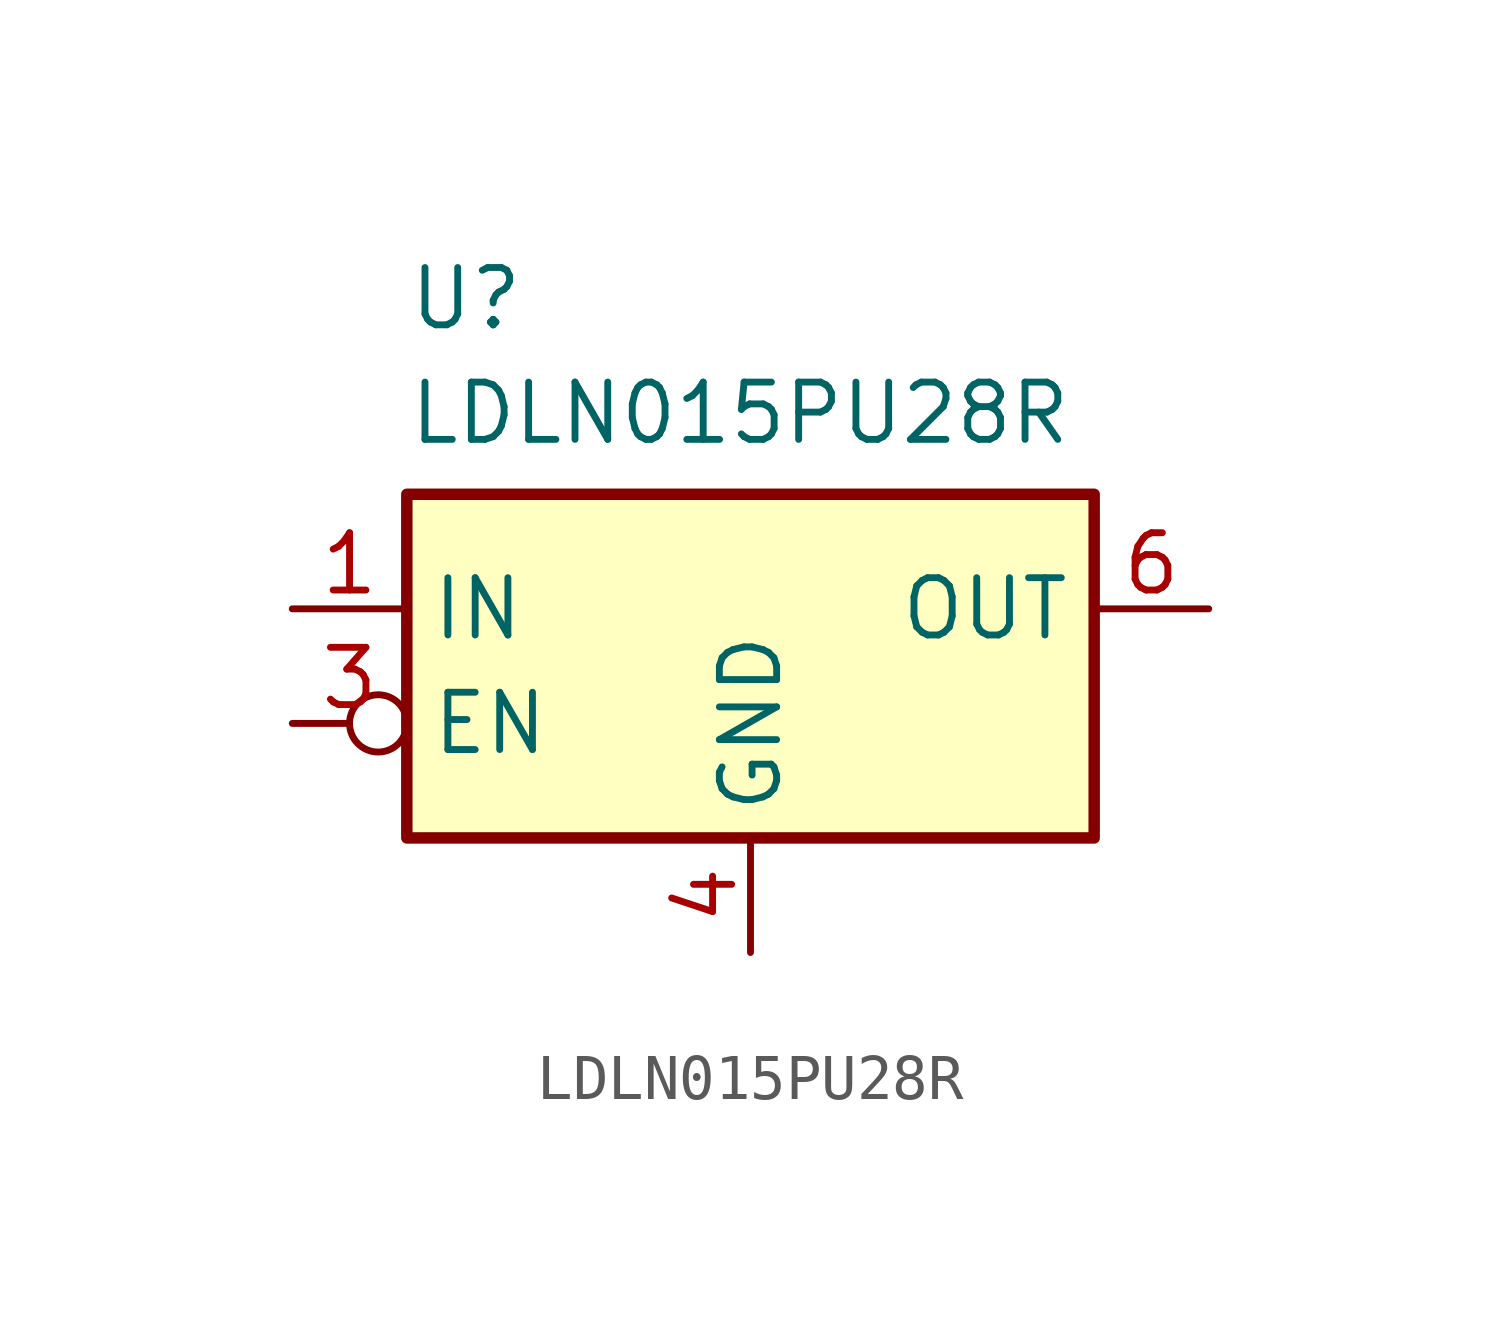
<source format=kicad_sym>
(kicad_symbol_lib
  (version 20220914)
  (generator kicad_symbol_editor)
  (symbol "LDLN015PU28R"
    (property "Reference" "U"
      (at -7.62 8.89 0)
      (effects (font (size 1.27 1.27)) (justify left top)))
    (property "Value" "LDLN015PU28R"
      (at -7.62 6.35 0)
      (effects (font (size 1.27 1.27)) (justify left top)))
    (symbol "LDLN015PU28R_0_1"
      (rectangle (start -7.62 3.81) (end 7.62 -3.81) (stroke (width 0.254) (type default)) (fill (type background))))
    (symbol "LDLN015PU28R_1_1"
      (pin passive line (at -10.16 1.27 0) (length 2.54) (name "IN" (effects (font (size 1.27 1.27)))) (number "1" (effects (font (size 1.27 1.27)))))
      (pin no_connect line (at 10.16 -1.27 180) (length 2.54) hide (name "NC" (effects (font (size 1.27 1.27)))) (number "2" (effects (font (size 1.27 1.27)))))
      (pin passive inverted (at -10.16 -1.27 0) (length 2.54) (name "EN" (effects (font (size 1.27 1.27)))) (number "3" (effects (font (size 1.27 1.27)))))
      (pin passive line (at 0 -6.35 90) (length 2.54) (name "GND" (effects (font (size 1.27 1.27)))) (number "4" (effects (font (size 1.27 1.27)))))
      (pin no_connect line (at 10.16 -1.27 180) (length 2.54) hide (name "NC" (effects (font (size 1.27 1.27)))) (number "5" (effects (font (size 1.27 1.27)))))
      (pin passive line (at 10.16 1.27 180) (length 2.54) (name "OUT" (effects (font (size 1.27 1.27)))) (number "6" (effects (font (size 1.27 1.27)))))
      (pin passive line (at 0 -6.35 90) (length 2.54) hide (name "PAD" (effects (font (size 1.27 1.27)))) (number "7" (effects (font (size 1.27 1.27))))))))
</source>
